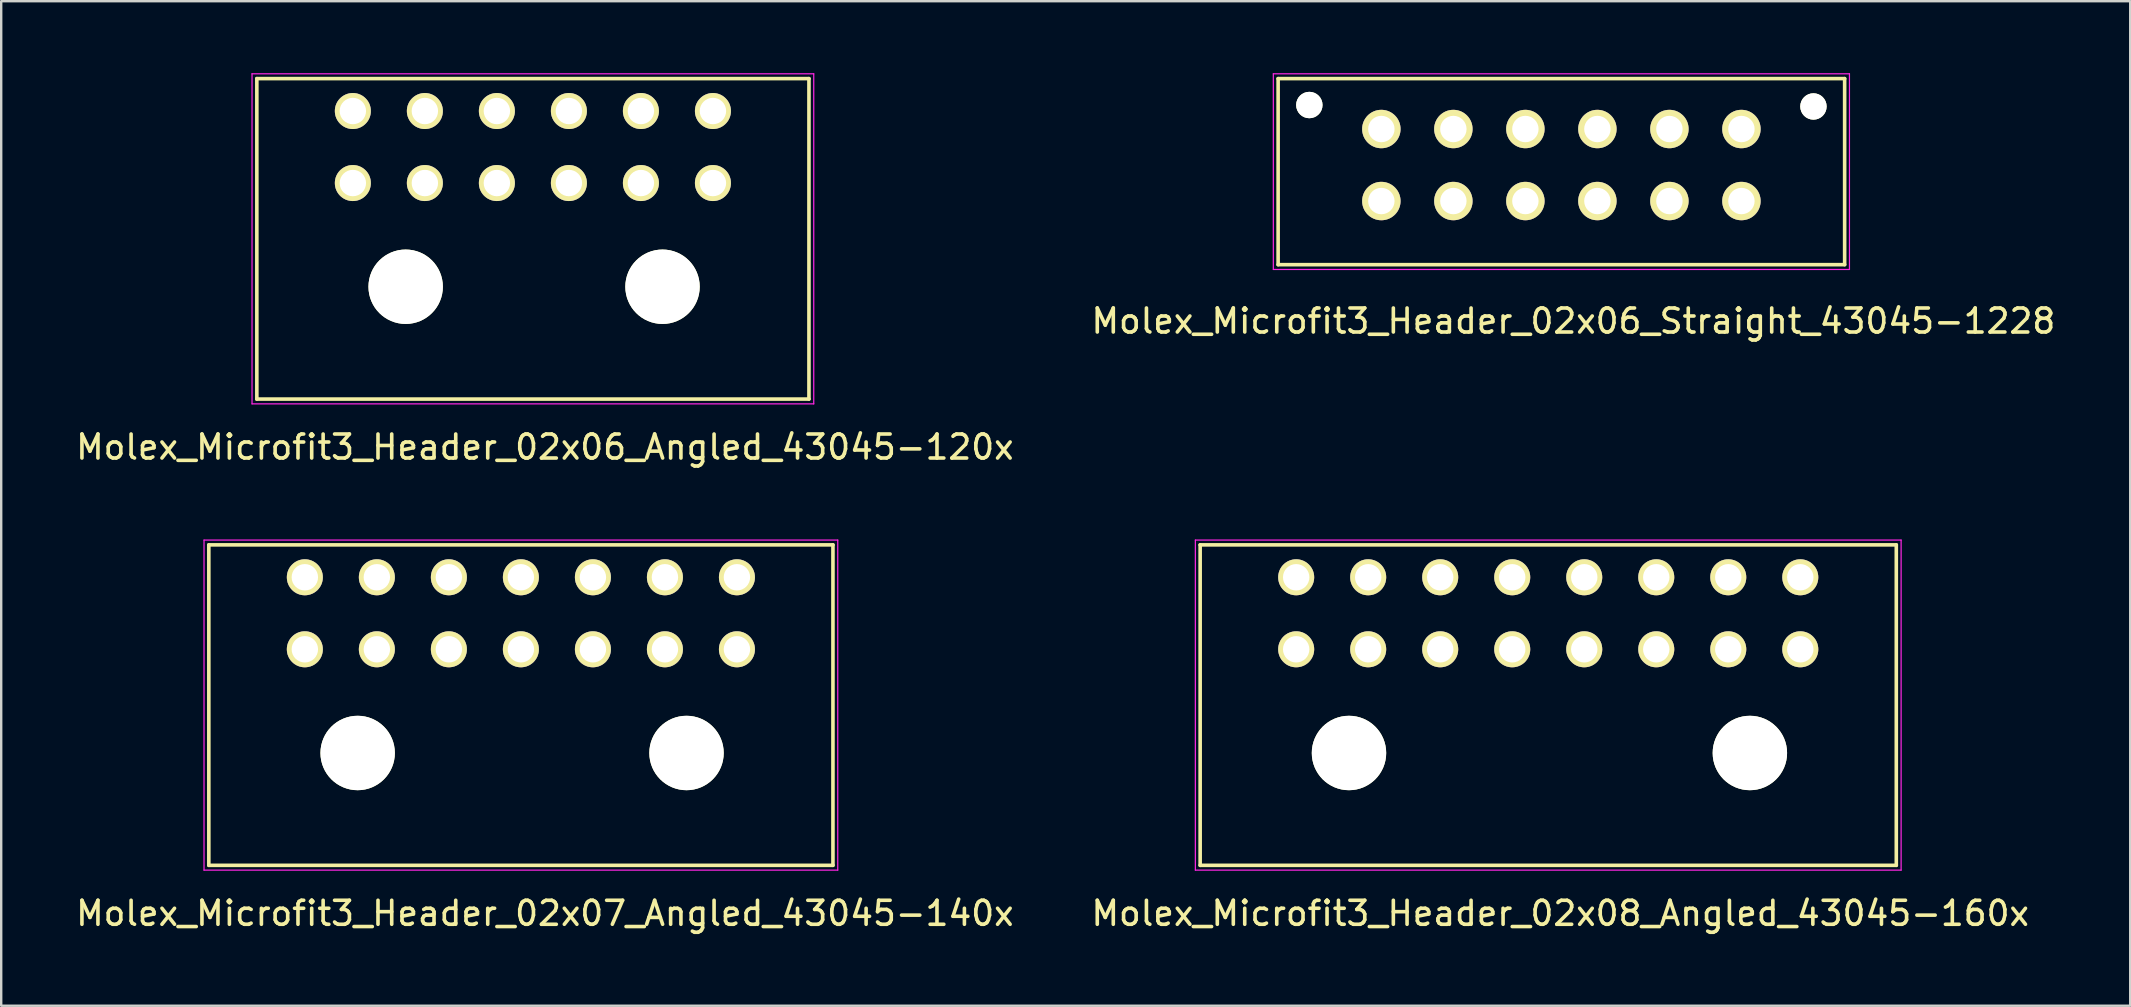
<source format=kicad_pcb>
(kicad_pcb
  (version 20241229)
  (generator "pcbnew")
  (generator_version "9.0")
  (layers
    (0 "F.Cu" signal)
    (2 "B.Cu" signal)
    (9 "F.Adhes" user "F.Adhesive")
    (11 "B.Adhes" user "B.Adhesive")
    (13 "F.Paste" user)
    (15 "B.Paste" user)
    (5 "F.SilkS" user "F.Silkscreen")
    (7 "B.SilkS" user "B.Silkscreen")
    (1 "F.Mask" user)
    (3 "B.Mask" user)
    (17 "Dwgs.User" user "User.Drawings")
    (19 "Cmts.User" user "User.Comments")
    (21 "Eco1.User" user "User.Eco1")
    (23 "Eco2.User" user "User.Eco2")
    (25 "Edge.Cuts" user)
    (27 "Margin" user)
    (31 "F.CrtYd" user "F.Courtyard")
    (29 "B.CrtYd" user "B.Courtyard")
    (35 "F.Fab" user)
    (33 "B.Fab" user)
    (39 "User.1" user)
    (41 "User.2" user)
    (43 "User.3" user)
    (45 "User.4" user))
  (footprint "Molex_Microfit3_Header_02x06_Angled_43045-120x"
    (layer "F.Cu")
    (at 26.649 4.575)
    (property "Reference" "Molex_Microfit3_Header_02x06_Angled_43045-120x" (at -7 11 0) (layer "F.SilkS") (effects (font (size 1 1) (thickness 0.15))))
    (attr through_hole)
    (fp_line (start -19 -4.35) (end 4 -4.35) (stroke (width 0.15) (type solid)) (layer "F.SilkS"))
    (fp_line (start -19 9) (end -19 -4.35) (stroke (width 0.15) (type solid)) (layer "F.SilkS"))
    (fp_line (start 4 -4.35) (end 4 9) (stroke (width 0.15) (type solid)) (layer "F.SilkS"))
    (fp_line (start 4 9) (end -19 9) (stroke (width 0.15) (type solid)) (layer "F.SilkS"))
    (fp_line (start -19.2 -4.55) (end -19.2 9.2) (stroke (width 0.05) (type solid)) (layer "F.CrtYd"))
    (fp_line (start -19.2 9.2) (end 4.2 9.2) (stroke (width 0.05) (type solid)) (layer "F.CrtYd"))
    (fp_line (start 4.2 -4.55) (end -19.2 -4.55) (stroke (width 0.05) (type solid)) (layer "F.CrtYd"))
    (fp_line (start 4.2 9.2) (end 4.2 -4.55) (stroke (width 0.05) (type solid)) (layer "F.CrtYd"))
    (pad "" np_thru_hole circle (at -12.8 4.32) (size 3.1 3.1) (drill 3.1) (layers "*.Cu" "*.Mask" "F.SilkS"))
    (pad "" np_thru_hole circle (at -2.1 4.32) (size 3.1 3.1) (drill 3.1) (layers "*.Cu" "*.Mask" "F.SilkS"))
    (pad "1" thru_hole circle (at 0 0) (size 1.5 1.5) (drill 1.1) (layers "*.Cu" "*.Mask" "F.SilkS"))
    (pad "2" thru_hole circle (at -3 0) (size 1.5 1.5) (drill 1.1) (layers "*.Cu" "*.Mask" "F.SilkS"))
    (pad "3" thru_hole circle (at -6 0) (size 1.5 1.5) (drill 1.1) (layers "*.Cu" "*.Mask" "F.SilkS"))
    (pad "4" thru_hole circle (at -9 0) (size 1.5 1.5) (drill 1.1) (layers "*.Cu" "*.Mask" "F.SilkS"))
    (pad "5" thru_hole circle (at -12 0) (size 1.5 1.5) (drill 1.1) (layers "*.Cu" "*.Mask" "F.SilkS"))
    (pad "6" thru_hole circle (at -15 0) (size 1.5 1.5) (drill 1.1) (layers "*.Cu" "*.Mask" "F.SilkS"))
    (pad "7" thru_hole circle (at 0 -3) (size 1.5 1.5) (drill 1.1) (layers "*.Cu" "*.Mask" "F.SilkS"))
    (pad "8" thru_hole circle (at -3 -3) (size 1.5 1.5) (drill 1.1) (layers "*.Cu" "*.Mask" "F.SilkS"))
    (pad "9" thru_hole circle (at -6 -3) (size 1.5 1.5) (drill 1.1) (layers "*.Cu" "*.Mask" "F.SilkS"))
    (pad "10" thru_hole circle (at -9 -3) (size 1.5 1.5) (drill 1.1) (layers "*.Cu" "*.Mask" "F.SilkS"))
    (pad "11" thru_hole circle (at -12 -3) (size 1.5 1.5) (drill 1.1) (layers "*.Cu" "*.Mask" "F.SilkS"))
    (pad "12" thru_hole circle (at -15 -3) (size 1.5 1.5) (drill 1.1) (layers "*.Cu" "*.Mask" "F.SilkS")))
  (footprint "Molex_Microfit3_Header_02x06_Straight_43045-1228"
    (layer "F.Cu")
    (at 69.494 5.325)
    (property "Reference" "Molex_Microfit3_Header_02x06_Straight_43045-1228" (at -7 5 0) (layer "F.SilkS") (effects (font (size 1 1) (thickness 0.15))))
    (attr through_hole)
    (fp_line (start -19.3 2.65) (end -19.3 -5.1) (stroke (width 0.15) (type solid)) (layer "F.SilkS"))
    (fp_line (start 4.3 -5.1) (end -19.3 -5.1) (stroke (width 0.15) (type solid)) (layer "F.SilkS"))
    (fp_line (start 4.3 2.65) (end -19.3 2.65) (stroke (width 0.15) (type solid)) (layer "F.SilkS"))
    (fp_line (start 4.3 2.65) (end 4.3 -5.1) (stroke (width 0.15) (type solid)) (layer "F.SilkS"))
    (fp_line (start -19.5 2.85) (end -19.5 -5.3) (stroke (width 0.05) (type solid)) (layer "F.CrtYd"))
    (fp_line (start 4.5 -5.3) (end -19.5 -5.3) (stroke (width 0.05) (type solid)) (layer "F.CrtYd"))
    (fp_line (start 4.5 2.85) (end -19.5 2.85) (stroke (width 0.05) (type solid)) (layer "F.CrtYd"))
    (fp_line (start 4.5 2.85) (end 4.5 -5.3) (stroke (width 0.05) (type solid)) (layer "F.CrtYd"))
    (pad "" np_thru_hole circle (at -18 -4) (size 1.1 1.1) (drill 1.1) (layers "*.Cu" "*.Mask" "F.SilkS"))
    (pad "" np_thru_hole circle (at 3 -3.94) (size 1.1 1.1) (drill 1.1) (layers "*.Cu" "*.Mask" "F.SilkS"))
    (pad "1" thru_hole circle (at 0 0) (size 1.6 1.6) (drill 1.1) (layers "*.Cu" "*.Mask" "F.SilkS"))
    (pad "2" thru_hole circle (at -3 0) (size 1.6 1.6) (drill 1.1) (layers "*.Cu" "*.Mask" "F.SilkS"))
    (pad "3" thru_hole circle (at -6 0) (size 1.6 1.6) (drill 1.1) (layers "*.Cu" "*.Mask" "F.SilkS"))
    (pad "4" thru_hole circle (at -9 0) (size 1.6 1.6) (drill 1.1) (layers "*.Cu" "*.Mask" "F.SilkS"))
    (pad "5" thru_hole circle (at -12 0) (size 1.6 1.6) (drill 1.1) (layers "*.Cu" "*.Mask" "F.SilkS"))
    (pad "6" thru_hole circle (at -15 0) (size 1.6 1.6) (drill 1.1) (layers "*.Cu" "*.Mask" "F.SilkS"))
    (pad "7" thru_hole circle (at 0 -3) (size 1.6 1.6) (drill 1.1) (layers "*.Cu" "*.Mask" "F.SilkS"))
    (pad "8" thru_hole circle (at -3 -3) (size 1.6 1.6) (drill 1.1) (layers "*.Cu" "*.Mask" "F.SilkS"))
    (pad "9" thru_hole circle (at -6 -3) (size 1.6 1.6) (drill 1.1) (layers "*.Cu" "*.Mask" "F.SilkS"))
    (pad "10" thru_hole circle (at -9 -3) (size 1.6 1.6) (drill 1.1) (layers "*.Cu" "*.Mask" "F.SilkS"))
    (pad "11" thru_hole circle (at -12 -3) (size 1.6 1.6) (drill 1.1) (layers "*.Cu" "*.Mask" "F.SilkS"))
    (pad "12" thru_hole circle (at -15 -3) (size 1.6 1.6) (drill 1.1) (layers "*.Cu" "*.Mask" "F.SilkS")))
  (footprint "Molex_Microfit3_Header_02x08_Angled_43045-160x"
    (layer "F.Cu")
    (at 71.946 23.998)
    (property "Reference" "Molex_Microfit3_Header_02x08_Angled_43045-160x" (at -10 11 0) (layer "F.SilkS") (effects (font (size 1 1) (thickness 0.15))))
    (attr through_hole)
    (fp_line (start -25 -4.35) (end 4 -4.35) (stroke (width 0.15) (type solid)) (layer "F.SilkS"))
    (fp_line (start -25 9) (end -25 -4.35) (stroke (width 0.15) (type solid)) (layer "F.SilkS"))
    (fp_line (start 4 -4.35) (end 4 9) (stroke (width 0.15) (type solid)) (layer "F.SilkS"))
    (fp_line (start 4 9) (end -25 9) (stroke (width 0.15) (type solid)) (layer "F.SilkS"))
    (fp_line (start -25.2 -4.55) (end -25.2 9.2) (stroke (width 0.05) (type solid)) (layer "F.CrtYd"))
    (fp_line (start -25.2 9.2) (end 4.2 9.2) (stroke (width 0.05) (type solid)) (layer "F.CrtYd"))
    (fp_line (start 4.2 -4.55) (end -25.2 -4.55) (stroke (width 0.05) (type solid)) (layer "F.CrtYd"))
    (fp_line (start 4.2 9.2) (end 4.2 -4.55) (stroke (width 0.05) (type solid)) (layer "F.CrtYd"))
    (pad "" np_thru_hole circle (at -18.8 4.32) (size 3.1 3.1) (drill 3.1) (layers "*.Cu" "*.Mask" "F.SilkS"))
    (pad "" np_thru_hole circle (at -2.1 4.32) (size 3.1 3.1) (drill 3.1) (layers "*.Cu" "*.Mask" "F.SilkS"))
    (pad "1" thru_hole circle (at 0 0) (size 1.5 1.5) (drill 1.1) (layers "*.Cu" "*.Mask" "F.SilkS"))
    (pad "2" thru_hole circle (at -3 0) (size 1.5 1.5) (drill 1.1) (layers "*.Cu" "*.Mask" "F.SilkS"))
    (pad "3" thru_hole circle (at -6 0) (size 1.5 1.5) (drill 1.1) (layers "*.Cu" "*.Mask" "F.SilkS"))
    (pad "4" thru_hole circle (at -9 0) (size 1.5 1.5) (drill 1.1) (layers "*.Cu" "*.Mask" "F.SilkS"))
    (pad "5" thru_hole circle (at -12 0) (size 1.5 1.5) (drill 1.1) (layers "*.Cu" "*.Mask" "F.SilkS"))
    (pad "6" thru_hole circle (at -15 0) (size 1.5 1.5) (drill 1.1) (layers "*.Cu" "*.Mask" "F.SilkS"))
    (pad "7" thru_hole circle (at -18 0) (size 1.5 1.5) (drill 1.1) (layers "*.Cu" "*.Mask" "F.SilkS"))
    (pad "8" thru_hole circle (at -21 0) (size 1.5 1.5) (drill 1.1) (layers "*.Cu" "*.Mask" "F.SilkS"))
    (pad "9" thru_hole circle (at 0 -3) (size 1.5 1.5) (drill 1.1) (layers "*.Cu" "*.Mask" "F.SilkS"))
    (pad "10" thru_hole circle (at -3 -3) (size 1.5 1.5) (drill 1.1) (layers "*.Cu" "*.Mask" "F.SilkS"))
    (pad "11" thru_hole circle (at -6 -3) (size 1.5 1.5) (drill 1.1) (layers "*.Cu" "*.Mask" "F.SilkS"))
    (pad "12" thru_hole circle (at -9 -3) (size 1.5 1.5) (drill 1.1) (layers "*.Cu" "*.Mask" "F.SilkS"))
    (pad "13" thru_hole circle (at -12 -3) (size 1.5 1.5) (drill 1.1) (layers "*.Cu" "*.Mask" "F.SilkS"))
    (pad "14" thru_hole circle (at -15 -3) (size 1.5 1.5) (drill 1.1) (layers "*.Cu" "*.Mask" "F.SilkS"))
    (pad "15" thru_hole circle (at -18 -3) (size 1.5 1.5) (drill 1.1) (layers "*.Cu" "*.Mask" "F.SilkS"))
    (pad "16" thru_hole circle (at -21 -3) (size 1.5 1.5) (drill 1.1) (layers "*.Cu" "*.Mask" "F.SilkS")))
  (footprint "Molex_Microfit3_Header_02x07_Angled_43045-140x"
    (layer "F.Cu")
    (at 27.649 23.998)
    (property "Reference" "Molex_Microfit3_Header_02x07_Angled_43045-140x" (at -8 11 0) (layer "F.SilkS") (effects (font (size 1 1) (thickness 0.15))))
    (attr through_hole)
    (fp_line (start -22 -4.35) (end 4 -4.35) (stroke (width 0.15) (type solid)) (layer "F.SilkS"))
    (fp_line (start -22 9) (end -22 -4.35) (stroke (width 0.15) (type solid)) (layer "F.SilkS"))
    (fp_line (start 4 -4.35) (end 4 9) (stroke (width 0.15) (type solid)) (layer "F.SilkS"))
    (fp_line (start 4 9) (end -22 9) (stroke (width 0.15) (type solid)) (layer "F.SilkS"))
    (fp_line (start -22.2 -4.55) (end -22.2 9.2) (stroke (width 0.05) (type solid)) (layer "F.CrtYd"))
    (fp_line (start -22.2 9.2) (end 4.2 9.2) (stroke (width 0.05) (type solid)) (layer "F.CrtYd"))
    (fp_line (start 4.2 -4.55) (end -22.2 -4.55) (stroke (width 0.05) (type solid)) (layer "F.CrtYd"))
    (fp_line (start 4.2 9.2) (end 4.2 -4.55) (stroke (width 0.05) (type solid)) (layer "F.CrtYd"))
    (pad "" np_thru_hole circle (at -15.8 4.32) (size 3.1 3.1) (drill 3.1) (layers "*.Cu" "*.Mask" "F.SilkS"))
    (pad "" np_thru_hole circle (at -2.1 4.32) (size 3.1 3.1) (drill 3.1) (layers "*.Cu" "*.Mask" "F.SilkS"))
    (pad "1" thru_hole circle (at 0 0) (size 1.5 1.5) (drill 1.1) (layers "*.Cu" "*.Mask" "F.SilkS"))
    (pad "2" thru_hole circle (at -3 0) (size 1.5 1.5) (drill 1.1) (layers "*.Cu" "*.Mask" "F.SilkS"))
    (pad "3" thru_hole circle (at -6 0) (size 1.5 1.5) (drill 1.1) (layers "*.Cu" "*.Mask" "F.SilkS"))
    (pad "4" thru_hole circle (at -9 0) (size 1.5 1.5) (drill 1.1) (layers "*.Cu" "*.Mask" "F.SilkS"))
    (pad "5" thru_hole circle (at -12 0) (size 1.5 1.5) (drill 1.1) (layers "*.Cu" "*.Mask" "F.SilkS"))
    (pad "6" thru_hole circle (at -15 0) (size 1.5 1.5) (drill 1.1) (layers "*.Cu" "*.Mask" "F.SilkS"))
    (pad "7" thru_hole circle (at -18 0) (size 1.5 1.5) (drill 1.1) (layers "*.Cu" "*.Mask" "F.SilkS"))
    (pad "8" thru_hole circle (at 0 -3) (size 1.5 1.5) (drill 1.1) (layers "*.Cu" "*.Mask" "F.SilkS"))
    (pad "9" thru_hole circle (at -3 -3) (size 1.5 1.5) (drill 1.1) (layers "*.Cu" "*.Mask" "F.SilkS"))
    (pad "10" thru_hole circle (at -6 -3) (size 1.5 1.5) (drill 1.1) (layers "*.Cu" "*.Mask" "F.SilkS"))
    (pad "11" thru_hole circle (at -9 -3) (size 1.5 1.5) (drill 1.1) (layers "*.Cu" "*.Mask" "F.SilkS"))
    (pad "12" thru_hole circle (at -12 -3) (size 1.5 1.5) (drill 1.1) (layers "*.Cu" "*.Mask" "F.SilkS"))
    (pad "13" thru_hole circle (at -15 -3) (size 1.5 1.5) (drill 1.1) (layers "*.Cu" "*.Mask" "F.SilkS"))
    (pad "14" thru_hole circle (at -18 -3) (size 1.5 1.5) (drill 1.1) (layers "*.Cu" "*.Mask" "F.SilkS")))
  (gr_rect
    (start -3 -3)
    (end 85.69 38.846)
    (stroke (width 0.1) (type default))
    (fill no)
    (layer "Edge.Cuts")))
</source>
